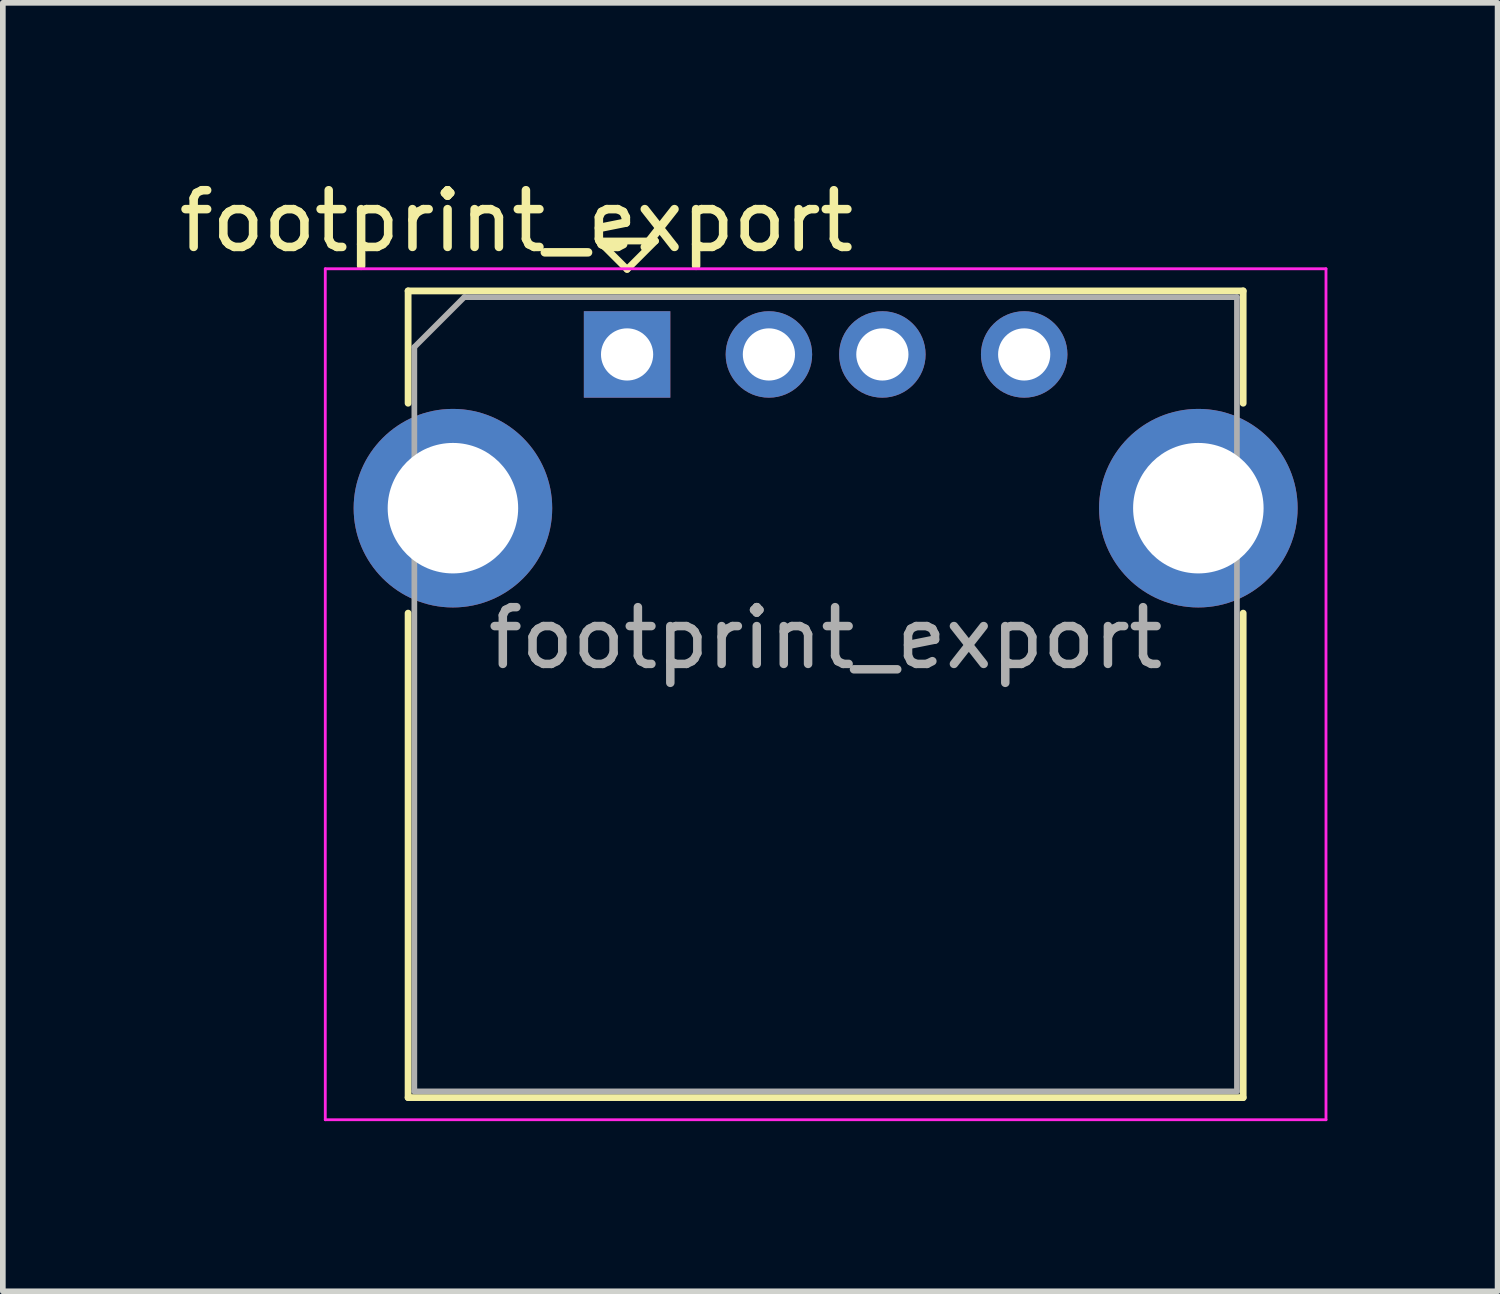
<source format=kicad_pcb>
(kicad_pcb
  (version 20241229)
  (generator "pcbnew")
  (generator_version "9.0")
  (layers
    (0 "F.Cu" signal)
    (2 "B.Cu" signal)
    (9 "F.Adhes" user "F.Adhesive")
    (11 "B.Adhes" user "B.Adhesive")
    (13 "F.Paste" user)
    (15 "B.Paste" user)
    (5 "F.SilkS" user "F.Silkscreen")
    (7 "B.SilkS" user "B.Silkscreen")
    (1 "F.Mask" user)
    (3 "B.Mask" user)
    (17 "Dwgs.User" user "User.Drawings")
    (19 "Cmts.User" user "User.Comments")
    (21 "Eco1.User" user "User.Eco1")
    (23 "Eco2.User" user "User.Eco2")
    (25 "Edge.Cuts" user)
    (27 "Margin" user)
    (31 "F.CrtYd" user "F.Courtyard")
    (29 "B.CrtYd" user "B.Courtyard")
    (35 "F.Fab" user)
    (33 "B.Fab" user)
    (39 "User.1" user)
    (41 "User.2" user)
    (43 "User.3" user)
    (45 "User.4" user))
  (footprint "footprint_export"
    (layer "F.Cu")
    (at 8.004 3.198)
    (property "Reference" "footprint_export" (at -1.95 -2.35 0) (layer "F.SilkS") (effects (font (size 1 1) (thickness 0.15))))
    (attr through_hole)
    (fp_line (start -3.86 -1.12) (end -3.86 0.86) (stroke (width 0.12) (type solid)) (layer "F.SilkS"))
    (fp_line (start -3.86 -1.12) (end 10.86 -1.12) (stroke (width 0.12) (type solid)) (layer "F.SilkS"))
    (fp_line (start -3.86 4.56) (end -3.86 13.1) (stroke (width 0.12) (type solid)) (layer "F.SilkS"))
    (fp_line (start -3.86 13.1) (end 10.86 13.1) (stroke (width 0.12) (type solid)) (layer "F.SilkS"))
    (fp_line (start -0.5 -2) (end 0 -1.5) (stroke (width 0.12) (type solid)) (layer "F.SilkS"))
    (fp_line (start 0 -1.5) (end 0.5 -2) (stroke (width 0.12) (type solid)) (layer "F.SilkS"))
    (fp_line (start 0.5 -2) (end -0.5 -2) (stroke (width 0.12) (type solid)) (layer "F.SilkS"))
    (fp_line (start 10.86 0.86) (end 10.86 -1.12) (stroke (width 0.12) (type solid)) (layer "F.SilkS"))
    (fp_line (start 10.86 4.56) (end 10.86 13.1) (stroke (width 0.12) (type solid)) (layer "F.SilkS"))
    (fp_line (start -5.32 -1.51) (end -5.32 13.49) (stroke (width 0.05) (type solid)) (layer "F.CrtYd"))
    (fp_line (start -5.32 -1.51) (end 12.32 -1.51) (stroke (width 0.05) (type solid)) (layer "F.CrtYd"))
    (fp_line (start 12.32 -1.51) (end 12.32 13.49) (stroke (width 0.05) (type solid)) (layer "F.CrtYd"))
    (fp_line (start 12.32 13.49) (end -5.32 13.49) (stroke (width 0.05) (type solid)) (layer "F.CrtYd"))
    (fp_line (start -3.75 -0.13) (end -3.75 12.99) (stroke (width 0.1) (type solid)) (layer "F.Fab"))
    (fp_line (start -3.75 12.99) (end 10.75 12.99) (stroke (width 0.1) (type solid)) (layer "F.Fab"))
    (fp_line (start -2.87 -1.01) (end -3.75 -0.13) (stroke (width 0.1) (type solid)) (layer "F.Fab"))
    (fp_line (start -2.87 -1.01) (end 10.75 -1.01) (stroke (width 0.1) (type solid)) (layer "F.Fab"))
    (fp_line (start 10.75 -1.01) (end 10.75 12.99) (stroke (width 0.1) (type solid)) (layer "F.Fab"))
    (fp_text user "${REFERENCE}" (at 3.5 5 0) (layer "F.Fab") (effects (font (size 1 1) (thickness 0.15))))
    (pad "1" thru_hole rect (at 0 0) (size 1.524 1.524) (drill 0.92) (layers "*.Cu" "*.Mask"))
    (pad "2" thru_hole circle (at 2.5 0) (size 1.524 1.524) (drill 0.92) (layers "*.Cu" "*.Mask"))
    (pad "3" thru_hole circle (at 4.5 0) (size 1.524 1.524) (drill 0.92) (layers "*.Cu" "*.Mask"))
    (pad "4" thru_hole circle (at 7 0) (size 1.524 1.524) (drill 0.92) (layers "*.Cu" "*.Mask"))
    (pad "5" thru_hole circle (at -3.07 2.71) (size 3.5 3.5) (drill 2.3) (layers "*.Cu" "*.Mask"))
    (pad "5" thru_hole circle (at 10.07 2.71) (size 3.5 3.5) (drill 2.3) (layers "*.Cu" "*.Mask")))
  (gr_rect
    (start -3 -3)
    (end 23.349 19.713)
    (stroke (width 0.1) (type default))
    (fill no)
    (layer "Edge.Cuts")))
</source>
